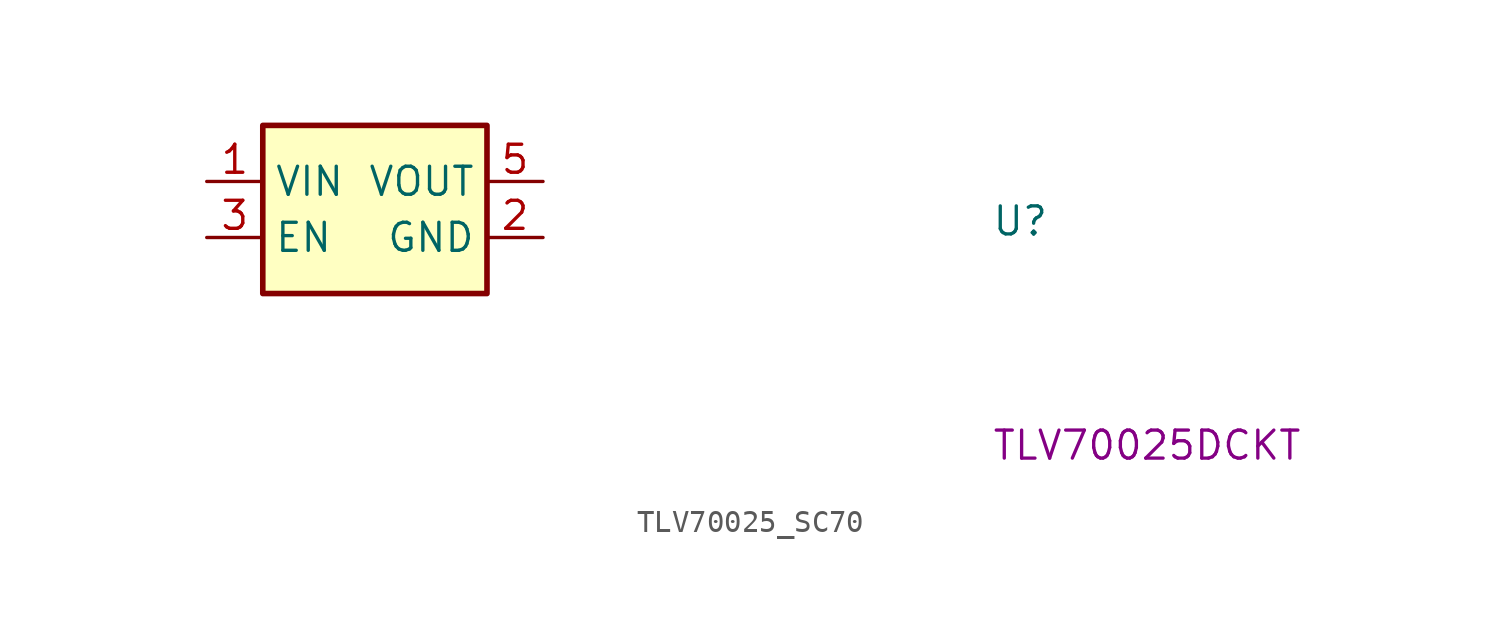
<source format=kicad_sym>
(kicad_symbol_lib
  (version 20211014)
  (generator kicad_symbol_editor)
  (symbol "TLV70025_SC70"
    (property "Reference" "U"
      (at 35.56 -2.54 0)
      (effects (font (size 1.27 1.27) (thickness 0.15)) (justify left bottom)))
    (property "MPN" "TLV70025DCKT"
      (at 35.56 -12.7 0)
      (effects (font (size 1.27 1.27) (thickness 0.15)) (justify left bottom)))
    (symbol "TLV70025_SC70_1_1"
      (rectangle (start 2.54 2.54) (end 12.7 -5.08) (stroke (width 0.254) (type default) (color 0 0 0 0)) (fill (type background)))
      (pin power_in line (at 0 0 0) (length 2.54) (name "VIN" (effects (font (size 1.27 1.27)))) (number "1" (effects (font (size 1.27 1.27)))))
      (pin power_in line (at 15.24 -2.54 180) (length 2.54) (name "GND" (effects (font (size 1.27 1.27)))) (number "2" (effects (font (size 1.27 1.27)))))
      (pin input line (at 0 -2.54 0) (length 2.54) (name "EN" (effects (font (size 1.27 1.27)))) (number "3" (effects (font (size 1.27 1.27)))))
      (pin no_connect line (at 2.54 -3.81 0) (length 2.54) hide (name "" (effects (font (size 1.27 1.27)))) (number "4" (effects (font (size 1.27 1.27)))))
      (pin power_out line (at 15.24 0 180) (length 2.54) (name "VOUT" (effects (font (size 1.27 1.27)))) (number "5" (effects (font (size 1.27 1.27))))))))
</source>
